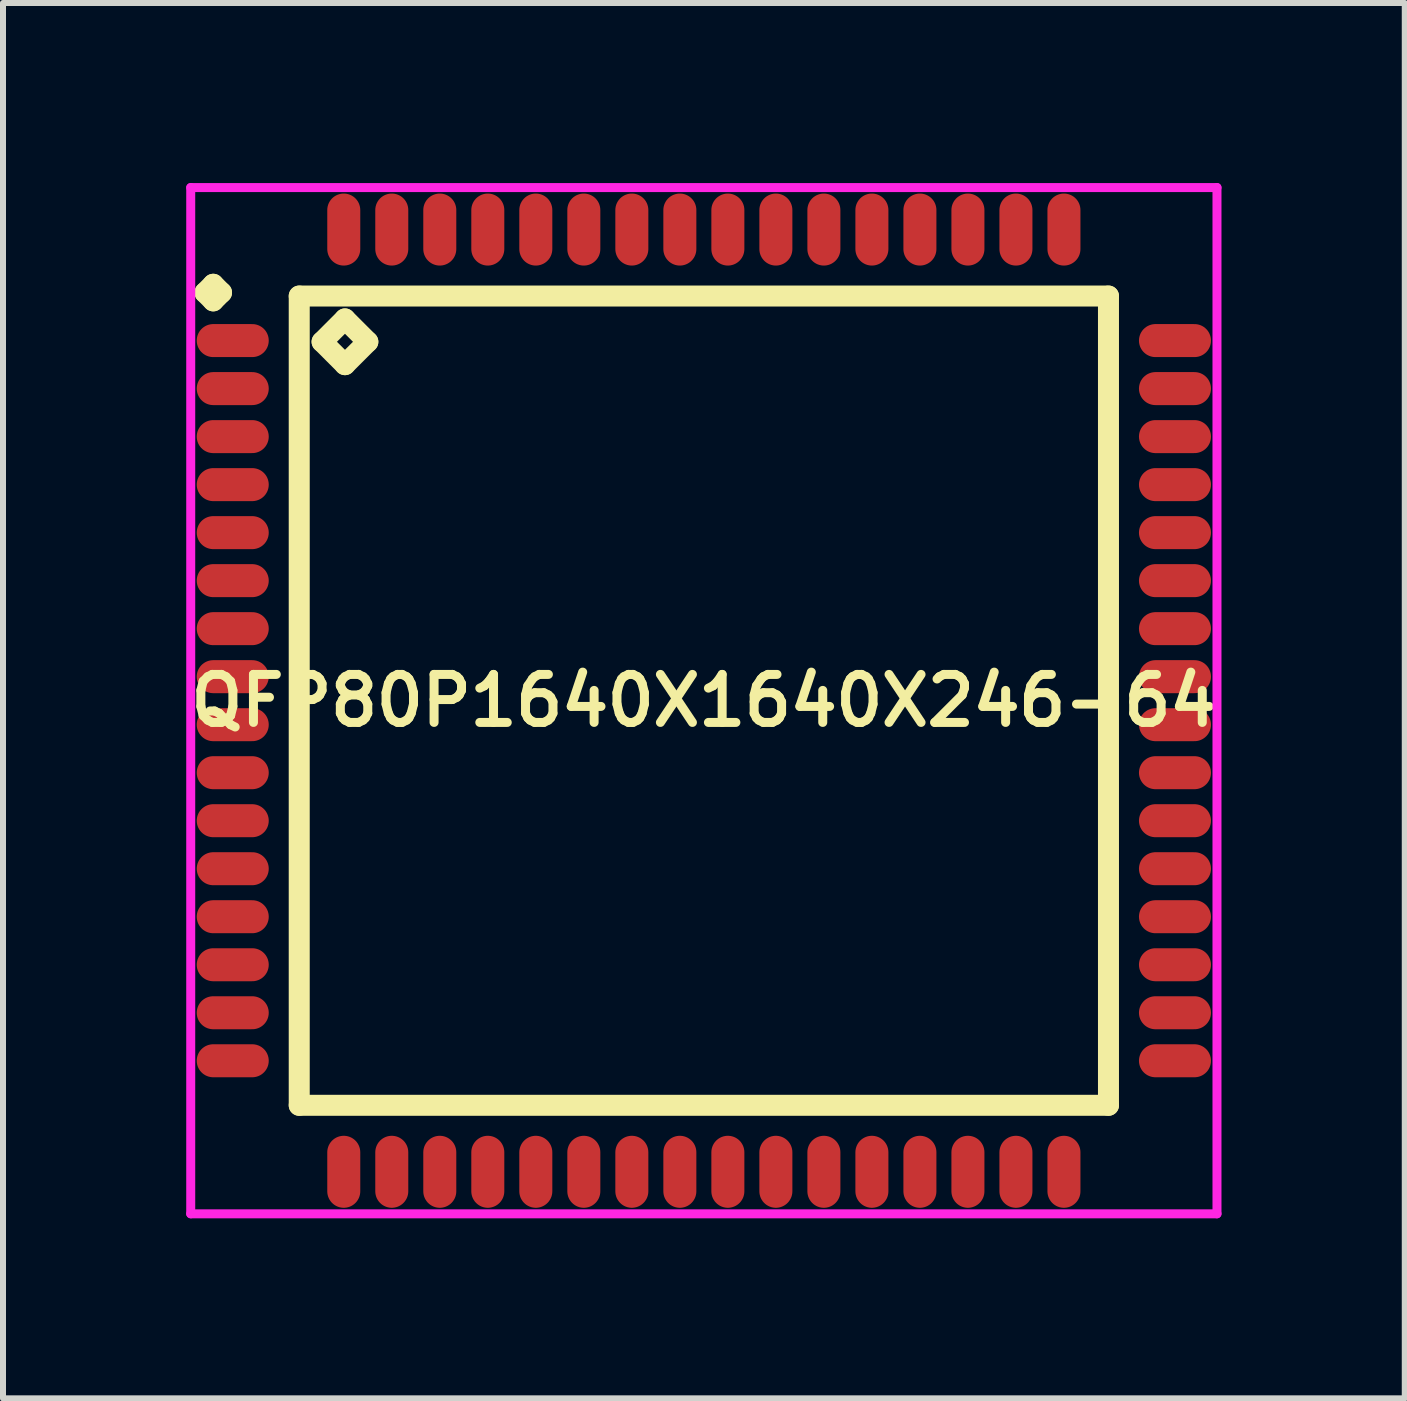
<source format=kicad_pcb>
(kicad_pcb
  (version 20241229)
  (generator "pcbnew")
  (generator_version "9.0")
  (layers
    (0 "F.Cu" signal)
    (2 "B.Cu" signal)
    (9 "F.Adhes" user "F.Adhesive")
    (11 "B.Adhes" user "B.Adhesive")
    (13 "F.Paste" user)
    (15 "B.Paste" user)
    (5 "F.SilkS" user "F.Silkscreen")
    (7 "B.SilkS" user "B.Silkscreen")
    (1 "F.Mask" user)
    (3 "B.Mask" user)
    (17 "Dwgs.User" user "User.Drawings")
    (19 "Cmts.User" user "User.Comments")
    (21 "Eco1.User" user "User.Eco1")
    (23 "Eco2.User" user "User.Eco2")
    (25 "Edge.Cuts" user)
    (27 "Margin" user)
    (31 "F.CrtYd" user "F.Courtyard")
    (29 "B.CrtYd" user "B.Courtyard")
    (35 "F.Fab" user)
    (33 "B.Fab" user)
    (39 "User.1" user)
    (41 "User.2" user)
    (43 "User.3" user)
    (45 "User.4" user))
  (footprint "QFP80P1640X1640X246-64"
    (layer "F.Cu")
    (at 8.678 8.625)
    (property "Reference" "QFP80P1640X1640X246-64" (at 0 0 0) (layer "F.SilkS") (effects (font (size 0.8 0.8) (thickness 0.15))))
    (attr smd)
    (fp_line (start -8.312 -6.8) (end -8.175 -6.938) (stroke (width 0.35) (type solid)) (layer "F.SilkS"))
    (fp_line (start -8.175 -6.938) (end -8.037 -6.8) (stroke (width 0.35) (type solid)) (layer "F.SilkS"))
    (fp_line (start -8.175 -6.662) (end -8.312 -6.8) (stroke (width 0.35) (type solid)) (layer "F.SilkS"))
    (fp_line (start -8.037 -6.8) (end -8.175 -6.662) (stroke (width 0.35) (type solid)) (layer "F.SilkS"))
    (fp_line (start -6.742 -6.742) (end -6.742 6.742) (stroke (width 0.35) (type solid)) (layer "F.SilkS"))
    (fp_line (start -6.742 6.742) (end 6.742 6.742) (stroke (width 0.35) (type solid)) (layer "F.SilkS"))
    (fp_line (start -6.361 -5.98) (end -5.98 -6.361) (stroke (width 0.35) (type solid)) (layer "F.SilkS"))
    (fp_line (start -5.98 -6.361) (end -5.599 -5.98) (stroke (width 0.35) (type solid)) (layer "F.SilkS"))
    (fp_line (start -5.98 -5.599) (end -6.361 -5.98) (stroke (width 0.35) (type solid)) (layer "F.SilkS"))
    (fp_line (start -5.599 -5.98) (end -5.98 -5.599) (stroke (width 0.35) (type solid)) (layer "F.SilkS"))
    (fp_line (start 6.742 -6.742) (end -6.742 -6.742) (stroke (width 0.35) (type solid)) (layer "F.SilkS"))
    (fp_line (start 6.742 6.742) (end 6.742 -6.742) (stroke (width 0.35) (type solid)) (layer "F.SilkS"))
    (fp_line (start -8.55 -8.55) (end 8.55 -8.55) (stroke (width 0.15) (type solid)) (layer "F.CrtYd"))
    (fp_line (start -8.55 8.55) (end -8.55 -8.55) (stroke (width 0.15) (type solid)) (layer "F.CrtYd"))
    (fp_line (start 8.55 -8.55) (end 8.55 8.55) (stroke (width 0.15) (type solid)) (layer "F.CrtYd"))
    (fp_line (start 8.55 8.55) (end -8.55 8.55) (stroke (width 0.15) (type solid)) (layer "F.CrtYd"))
    (pad "1" smd oval (at -7.85 -6) (size 1.2 0.55) (layers "F.Cu" "F.Mask" "F.Paste"))
    (pad "2" smd oval (at -7.85 -5.2) (size 1.2 0.55) (layers "F.Cu" "F.Mask" "F.Paste"))
    (pad "3" smd oval (at -7.85 -4.4) (size 1.2 0.55) (layers "F.Cu" "F.Mask" "F.Paste"))
    (pad "4" smd oval (at -7.85 -3.6) (size 1.2 0.55) (layers "F.Cu" "F.Mask" "F.Paste"))
    (pad "5" smd oval (at -7.85 -2.8) (size 1.2 0.55) (layers "F.Cu" "F.Mask" "F.Paste"))
    (pad "6" smd oval (at -7.85 -2) (size 1.2 0.55) (layers "F.Cu" "F.Mask" "F.Paste"))
    (pad "7" smd oval (at -7.85 -1.2) (size 1.2 0.55) (layers "F.Cu" "F.Mask" "F.Paste"))
    (pad "8" smd oval (at -7.85 -0.4) (size 1.2 0.55) (layers "F.Cu" "F.Mask" "F.Paste"))
    (pad "9" smd oval (at -7.85 0.4) (size 1.2 0.55) (layers "F.Cu" "F.Mask" "F.Paste"))
    (pad "10" smd oval (at -7.85 1.2) (size 1.2 0.55) (layers "F.Cu" "F.Mask" "F.Paste"))
    (pad "11" smd oval (at -7.85 2) (size 1.2 0.55) (layers "F.Cu" "F.Mask" "F.Paste"))
    (pad "12" smd oval (at -7.85 2.8) (size 1.2 0.55) (layers "F.Cu" "F.Mask" "F.Paste"))
    (pad "13" smd oval (at -7.85 3.6) (size 1.2 0.55) (layers "F.Cu" "F.Mask" "F.Paste"))
    (pad "14" smd oval (at -7.85 4.4) (size 1.2 0.55) (layers "F.Cu" "F.Mask" "F.Paste"))
    (pad "15" smd oval (at -7.85 5.2) (size 1.2 0.55) (layers "F.Cu" "F.Mask" "F.Paste"))
    (pad "16" smd oval (at -7.85 6) (size 1.2 0.55) (layers "F.Cu" "F.Mask" "F.Paste"))
    (pad "17" smd oval (at -6 7.85) (size 0.55 1.2) (layers "F.Cu" "F.Mask" "F.Paste"))
    (pad "18" smd oval (at -5.2 7.85) (size 0.55 1.2) (layers "F.Cu" "F.Mask" "F.Paste"))
    (pad "19" smd oval (at -4.4 7.85) (size 0.55 1.2) (layers "F.Cu" "F.Mask" "F.Paste"))
    (pad "20" smd oval (at -3.6 7.85) (size 0.55 1.2) (layers "F.Cu" "F.Mask" "F.Paste"))
    (pad "21" smd oval (at -2.8 7.85) (size 0.55 1.2) (layers "F.Cu" "F.Mask" "F.Paste"))
    (pad "22" smd oval (at -2 7.85) (size 0.55 1.2) (layers "F.Cu" "F.Mask" "F.Paste"))
    (pad "23" smd oval (at -1.2 7.85) (size 0.55 1.2) (layers "F.Cu" "F.Mask" "F.Paste"))
    (pad "24" smd oval (at -0.4 7.85) (size 0.55 1.2) (layers "F.Cu" "F.Mask" "F.Paste"))
    (pad "25" smd oval (at 0.4 7.85) (size 0.55 1.2) (layers "F.Cu" "F.Mask" "F.Paste"))
    (pad "26" smd oval (at 1.2 7.85) (size 0.55 1.2) (layers "F.Cu" "F.Mask" "F.Paste"))
    (pad "27" smd oval (at 2 7.85) (size 0.55 1.2) (layers "F.Cu" "F.Mask" "F.Paste"))
    (pad "28" smd oval (at 2.8 7.85) (size 0.55 1.2) (layers "F.Cu" "F.Mask" "F.Paste"))
    (pad "29" smd oval (at 3.6 7.85) (size 0.55 1.2) (layers "F.Cu" "F.Mask" "F.Paste"))
    (pad "30" smd oval (at 4.4 7.85) (size 0.55 1.2) (layers "F.Cu" "F.Mask" "F.Paste"))
    (pad "31" smd oval (at 5.2 7.85) (size 0.55 1.2) (layers "F.Cu" "F.Mask" "F.Paste"))
    (pad "32" smd oval (at 6 7.85) (size 0.55 1.2) (layers "F.Cu" "F.Mask" "F.Paste"))
    (pad "33" smd oval (at 7.85 6) (size 1.2 0.55) (layers "F.Cu" "F.Mask" "F.Paste"))
    (pad "34" smd oval (at 7.85 5.2) (size 1.2 0.55) (layers "F.Cu" "F.Mask" "F.Paste"))
    (pad "35" smd oval (at 7.85 4.4) (size 1.2 0.55) (layers "F.Cu" "F.Mask" "F.Paste"))
    (pad "36" smd oval (at 7.85 3.6) (size 1.2 0.55) (layers "F.Cu" "F.Mask" "F.Paste"))
    (pad "37" smd oval (at 7.85 2.8) (size 1.2 0.55) (layers "F.Cu" "F.Mask" "F.Paste"))
    (pad "38" smd oval (at 7.85 2) (size 1.2 0.55) (layers "F.Cu" "F.Mask" "F.Paste"))
    (pad "39" smd oval (at 7.85 1.2) (size 1.2 0.55) (layers "F.Cu" "F.Mask" "F.Paste"))
    (pad "40" smd oval (at 7.85 0.4) (size 1.2 0.55) (layers "F.Cu" "F.Mask" "F.Paste"))
    (pad "41" smd oval (at 7.85 -0.4) (size 1.2 0.55) (layers "F.Cu" "F.Mask" "F.Paste"))
    (pad "42" smd oval (at 7.85 -1.2) (size 1.2 0.55) (layers "F.Cu" "F.Mask" "F.Paste"))
    (pad "43" smd oval (at 7.85 -2) (size 1.2 0.55) (layers "F.Cu" "F.Mask" "F.Paste"))
    (pad "44" smd oval (at 7.85 -2.8) (size 1.2 0.55) (layers "F.Cu" "F.Mask" "F.Paste"))
    (pad "45" smd oval (at 7.85 -3.6) (size 1.2 0.55) (layers "F.Cu" "F.Mask" "F.Paste"))
    (pad "46" smd oval (at 7.85 -4.4) (size 1.2 0.55) (layers "F.Cu" "F.Mask" "F.Paste"))
    (pad "47" smd oval (at 7.85 -5.2) (size 1.2 0.55) (layers "F.Cu" "F.Mask" "F.Paste"))
    (pad "48" smd oval (at 7.85 -6) (size 1.2 0.55) (layers "F.Cu" "F.Mask" "F.Paste"))
    (pad "49" smd oval (at 6 -7.85) (size 0.55 1.2) (layers "F.Cu" "F.Mask" "F.Paste"))
    (pad "50" smd oval (at 5.2 -7.85) (size 0.55 1.2) (layers "F.Cu" "F.Mask" "F.Paste"))
    (pad "51" smd oval (at 4.4 -7.85) (size 0.55 1.2) (layers "F.Cu" "F.Mask" "F.Paste"))
    (pad "52" smd oval (at 3.6 -7.85) (size 0.55 1.2) (layers "F.Cu" "F.Mask" "F.Paste"))
    (pad "53" smd oval (at 2.8 -7.85) (size 0.55 1.2) (layers "F.Cu" "F.Mask" "F.Paste"))
    (pad "54" smd oval (at 2 -7.85) (size 0.55 1.2) (layers "F.Cu" "F.Mask" "F.Paste"))
    (pad "55" smd oval (at 1.2 -7.85) (size 0.55 1.2) (layers "F.Cu" "F.Mask" "F.Paste"))
    (pad "56" smd oval (at 0.4 -7.85) (size 0.55 1.2) (layers "F.Cu" "F.Mask" "F.Paste"))
    (pad "57" smd oval (at -0.4 -7.85) (size 0.55 1.2) (layers "F.Cu" "F.Mask" "F.Paste"))
    (pad "58" smd oval (at -1.2 -7.85) (size 0.55 1.2) (layers "F.Cu" "F.Mask" "F.Paste"))
    (pad "59" smd oval (at -2 -7.85) (size 0.55 1.2) (layers "F.Cu" "F.Mask" "F.Paste"))
    (pad "60" smd oval (at -2.8 -7.85) (size 0.55 1.2) (layers "F.Cu" "F.Mask" "F.Paste"))
    (pad "61" smd oval (at -3.6 -7.85) (size 0.55 1.2) (layers "F.Cu" "F.Mask" "F.Paste"))
    (pad "62" smd oval (at -4.4 -7.85) (size 0.55 1.2) (layers "F.Cu" "F.Mask" "F.Paste"))
    (pad "63" smd oval (at -5.2 -7.85) (size 0.55 1.2) (layers "F.Cu" "F.Mask" "F.Paste"))
    (pad "64" smd oval (at -6 -7.85) (size 0.55 1.2) (layers "F.Cu" "F.Mask" "F.Paste")))
  (gr_rect
    (start -3 -3)
    (end 20.357 20.25)
    (stroke (width 0.1) (type default))
    (fill no)
    (layer "Edge.Cuts")))
</source>
